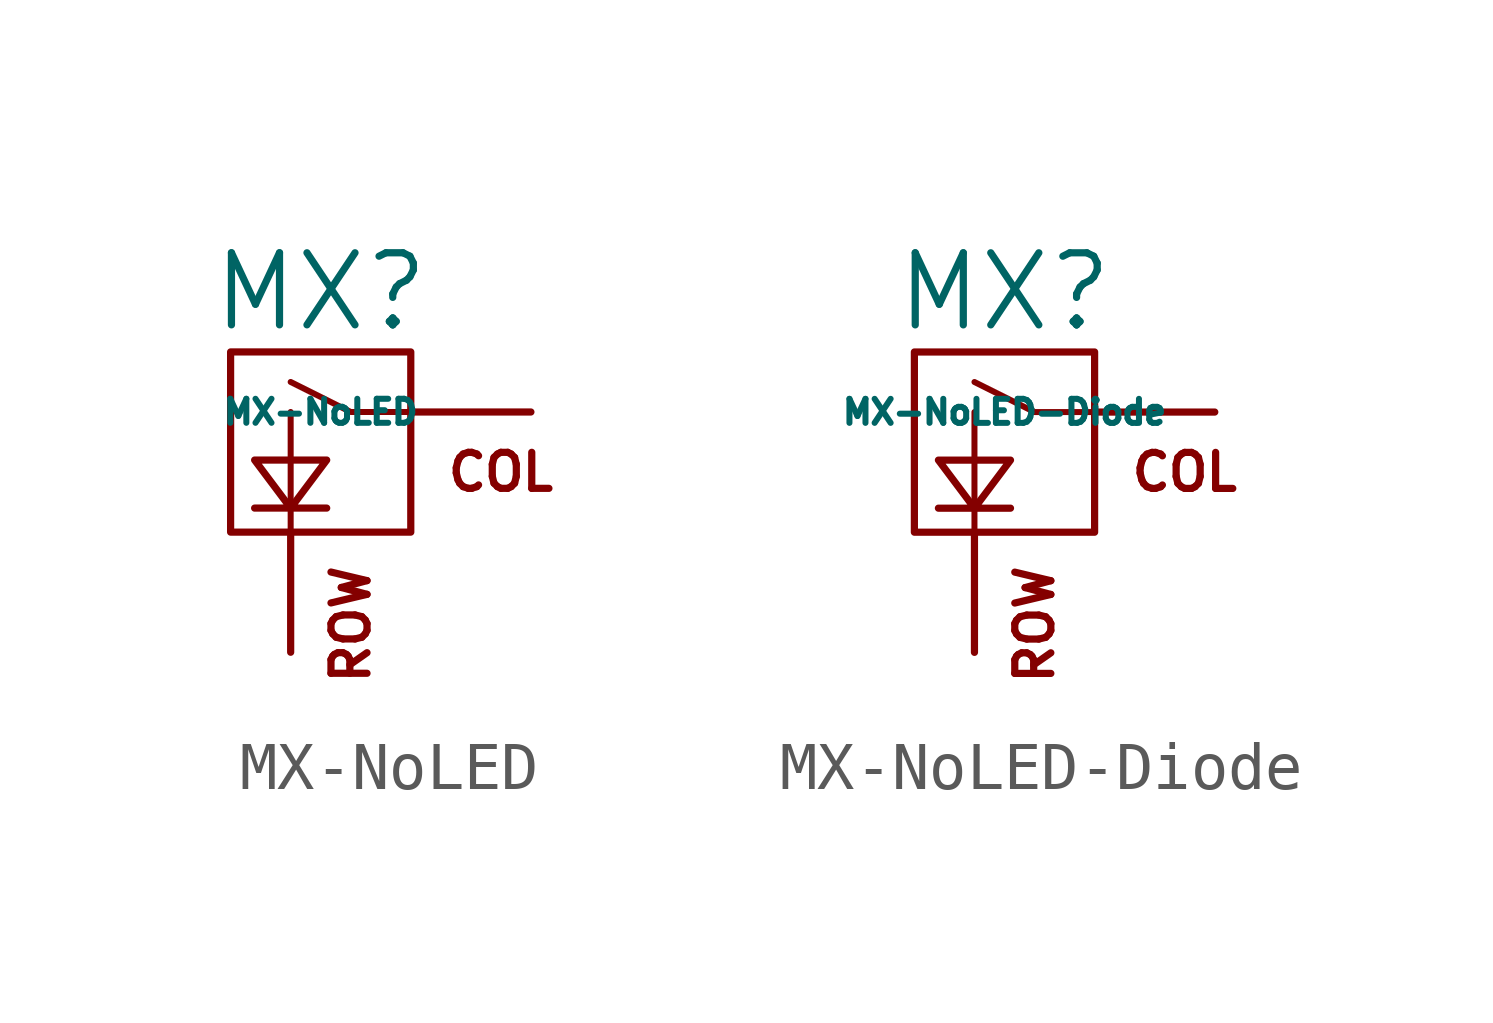
<source format=kicad_sym>
(kicad_symbol_lib
  (version 20211014)
  (generator kicad_symbol_editor)
  (symbol "MX-NoLED"
    (pin_names
      (offset 1.016))
    (property "Reference" "MX"
      (at -0.635 3.81 0)
      (effects (font (size 1.524 1.524))))
    (property "Value" "MX-NoLED"
      (at -0.635 1.27 0)
      (effects (font (size 0.508 0.508))))
    (symbol "MX-NoLED_0_0"
      (rectangle (start -2.54 2.54) (end 1.27 -1.27) (stroke (width 0) (type default) (color 0 0 0 0)) (fill (type none)))
      (polyline (pts (xy -1.27 -1.27) (xy -1.27 1.27)) (stroke (width 0.127) (type default) (color 0 0 0 0)) (fill (type none)))
      (polyline (pts (xy 1.27 1.27) (xy 0 1.27) (xy -1.27 1.905)) (stroke (width 0.127) (type default) (color 0 0 0 0)) (fill (type none)))
      (text "COL" (at 3.175 0 0) (effects (font (size 0.762 0.762))))
      (text "ROW" (at 0 -1.905 900) (effects (font (size 0.762 0.762)) (justify right))))
    (symbol "MX-NoLED_0_1"
      (polyline (pts (xy -1.27 0.254) (xy -2.032 0.254) (xy -1.27 -0.762) (xy -0.508 0.254) (xy -1.27 0.254) (xy -0.508 0.254) (xy -1.27 -0.762) (xy -0.508 -0.762) (xy -2.032 -0.762)) (stroke (width 0) (type default) (color 0 0 0 0)) (fill (type none))))
    (symbol "MX-NoLED_1_1"
      (pin passive line (at 3.81 1.27 180) (length 2.54) (name "COL" (effects (font (size 0 0)))) (number "1" (effects (font (size 0 0)))))
      (pin passive line (at -1.27 -3.81 90) (length 2.54) (name "ROW" (effects (font (size 0 0)))) (number "2" (effects (font (size 0 0)))))))
  (symbol "MX-NoLED-Diode"
    (pin_names
      (offset 1.016))
    (property "Reference" "MX"
      (at -0.635 3.81 0)
      (effects (font (size 1.524 1.524))))
    (property "Value" "MX-NoLED-Diode"
      (at -0.635 1.27 0)
      (effects (font (size 0.508 0.508))))
    (symbol "MX-NoLED-Diode_0_0"
      (rectangle (start -2.54 2.54) (end 1.27 -1.27) (stroke (width 0) (type default) (color 0 0 0 0)) (fill (type none)))
      (polyline (pts (xy -1.27 -1.27) (xy -1.27 1.27)) (stroke (width 0.127) (type default) (color 0 0 0 0)) (fill (type none)))
      (polyline (pts (xy 1.27 1.27) (xy 0 1.27) (xy -1.27 1.905)) (stroke (width 0.127) (type default) (color 0 0 0 0)) (fill (type none)))
      (text "COL" (at 3.175 0 0) (effects (font (size 0.762 0.762))))
      (text "ROW" (at 0 -1.905 900) (effects (font (size 0.762 0.762)) (justify right))))
    (symbol "MX-NoLED-Diode_0_1"
      (polyline (pts (xy -1.27 0.254) (xy -2.032 0.254) (xy -1.27 -0.762) (xy -0.508 0.254) (xy -1.27 0.254) (xy -0.508 0.254) (xy -1.27 -0.762) (xy -0.508 -0.762) (xy -2.032 -0.762)) (stroke (width 0) (type default) (color 0 0 0 0)) (fill (type none))))
    (symbol "MX-NoLED-Diode_1_1"
      (pin passive line (at 3.81 1.27 180) (length 2.54) (name "COL" (effects (font (size 0 0)))) (number "1" (effects (font (size 0 0)))))
      (pin passive line (at -1.27 -3.81 90) (length 2.54) (name "ROW" (effects (font (size 0 0)))) (number "2" (effects (font (size 0 0))))))))
</source>
